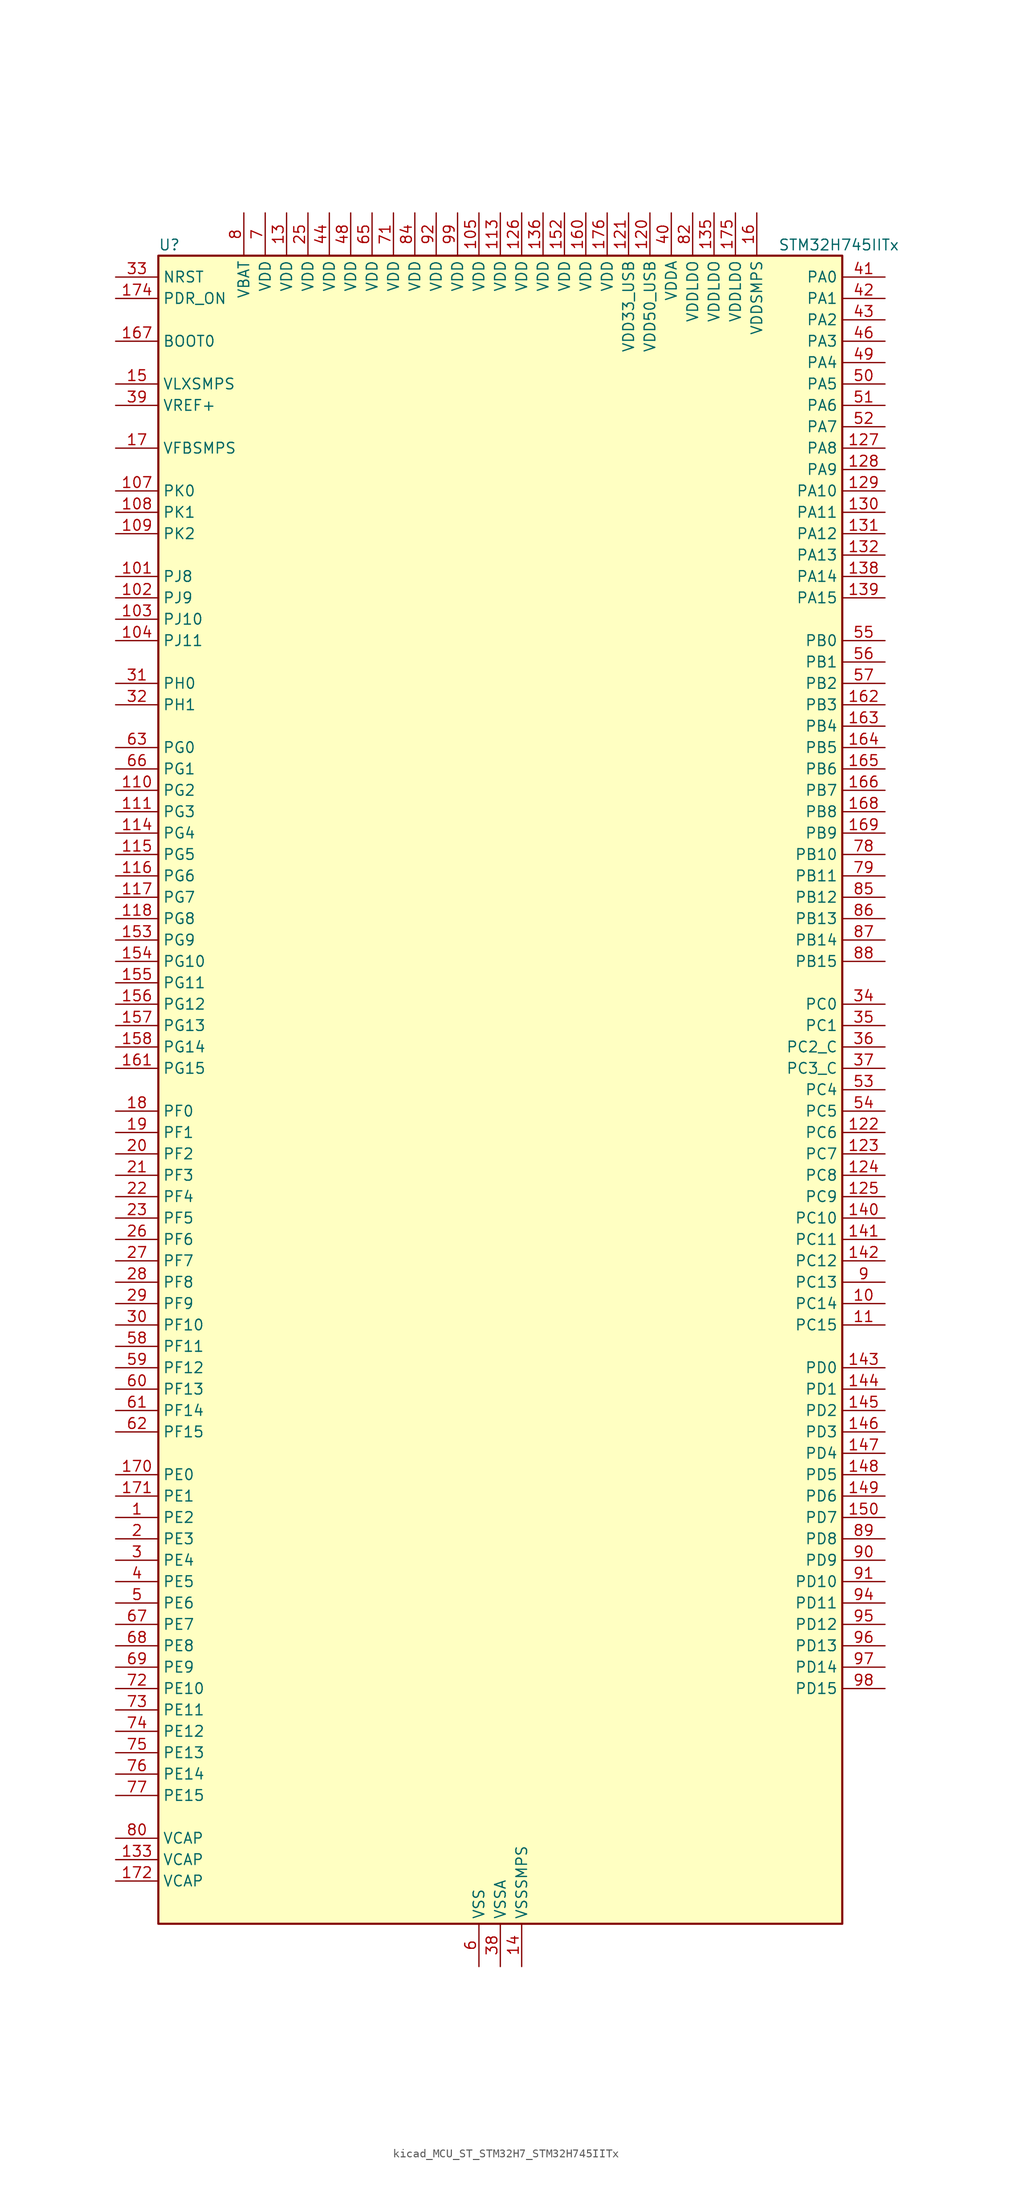
<source format=kicad_sym>
(kicad_symbol_lib
  (version 20220914)
  (generator kicad_symbol_editor)
  (symbol "kicad_MCU_ST_STM32H7_STM32H745IITx"
    (property "Reference" "U"
      (at -40.64 100.33 0)
      (effects (font (size 1.27 1.27)) (justify left)))
    (property "Value" "STM32H745IITx"
      (at 33.02 100.33 0)
      (effects (font (size 1.27 1.27)) (justify left)))
    (property "ki_locked" ""
      (at 0 0 0)
      (effects (font (size 1.27 1.27))))
    (symbol "kicad_MCU_ST_STM32H7_STM32H745IITx_0_1"
      (rectangle (start -40.64 -99.06) (end 40.64 99.06) (stroke (width 0.254) (type default)) (fill (type background))))
    (symbol "kicad_MCU_ST_STM32H7_STM32H745IITx_1_1"
      (pin bidirectional line (at -45.72 -50.8 0) (length 5.08) (name "PE2" (effects (font (size 1.27 1.27)))) (number "1" (effects (font (size 1.27 1.27)))) (alternate "DEBUG_TRACECLK" bidirectional line) (alternate "ETH_TXD3" bidirectional line) (alternate "FMC_A23" bidirectional line) (alternate "QUADSPI_BK1_IO2" bidirectional line) (alternate "SAI1_CK1" bidirectional line) (alternate "SAI1_MCLK_A" bidirectional line) (alternate "SAI4_CK1" bidirectional line) (alternate "SAI4_MCLK_A" bidirectional line) (alternate "SPI4_SCK" bidirectional line))
      (pin bidirectional line (at 45.72 -25.4 180) (length 5.08) (name "PC14" (effects (font (size 1.27 1.27)))) (number "10" (effects (font (size 1.27 1.27)))) (alternate "RCC_OSC32_IN" bidirectional line))
      (pin passive line (at -2.54 -104.14 90) (length 5.08) hide (name "VSS" (effects (font (size 1.27 1.27)))) (number "100" (effects (font (size 1.27 1.27)))))
      (pin bidirectional line (at -45.72 60.96 0) (length 5.08) (name "PJ8" (effects (font (size 1.27 1.27)))) (number "101" (effects (font (size 1.27 1.27)))) (alternate "LTDC_G1" bidirectional line) (alternate "TIM1_CH3N" bidirectional line) (alternate "TIM8_CH1" bidirectional line) (alternate "UART8_TX" bidirectional line))
      (pin bidirectional line (at -45.72 58.42 0) (length 5.08) (name "PJ9" (effects (font (size 1.27 1.27)))) (number "102" (effects (font (size 1.27 1.27)))) (alternate "DAC1_EXTI9" bidirectional line) (alternate "LTDC_G2" bidirectional line) (alternate "TIM1_CH3" bidirectional line) (alternate "TIM8_CH1N" bidirectional line) (alternate "UART8_RX" bidirectional line))
      (pin bidirectional line (at -45.72 55.88 0) (length 5.08) (name "PJ10" (effects (font (size 1.27 1.27)))) (number "103" (effects (font (size 1.27 1.27)))) (alternate "LTDC_G3" bidirectional line) (alternate "SPI5_MOSI" bidirectional line) (alternate "TIM1_CH2N" bidirectional line) (alternate "TIM8_CH2" bidirectional line))
      (pin bidirectional line (at -45.72 53.34 0) (length 5.08) (name "PJ11" (effects (font (size 1.27 1.27)))) (number "104" (effects (font (size 1.27 1.27)))) (alternate "ADC1_EXTI11" bidirectional line) (alternate "ADC2_EXTI11" bidirectional line) (alternate "ADC3_EXTI11" bidirectional line) (alternate "LTDC_G4" bidirectional line) (alternate "SPI5_MISO" bidirectional line) (alternate "TIM1_CH2" bidirectional line) (alternate "TIM8_CH2N" bidirectional line))
      (pin power_in line (at -2.54 104.14 270) (length 5.08) (name "VDD" (effects (font (size 1.27 1.27)))) (number "105" (effects (font (size 1.27 1.27)))))
      (pin passive line (at -2.54 -104.14 90) (length 5.08) hide (name "VSS" (effects (font (size 1.27 1.27)))) (number "106" (effects (font (size 1.27 1.27)))))
      (pin bidirectional line (at -45.72 71.12 0) (length 5.08) (name "PK0" (effects (font (size 1.27 1.27)))) (number "107" (effects (font (size 1.27 1.27)))) (alternate "LTDC_G5" bidirectional line) (alternate "SPI5_SCK" bidirectional line) (alternate "TIM1_CH1N" bidirectional line) (alternate "TIM8_CH3" bidirectional line))
      (pin bidirectional line (at -45.72 68.58 0) (length 5.08) (name "PK1" (effects (font (size 1.27 1.27)))) (number "108" (effects (font (size 1.27 1.27)))) (alternate "LTDC_G6" bidirectional line) (alternate "SPI5_NSS" bidirectional line) (alternate "TIM1_CH1" bidirectional line) (alternate "TIM8_CH3N" bidirectional line))
      (pin bidirectional line (at -45.72 66.04 0) (length 5.08) (name "PK2" (effects (font (size 1.27 1.27)))) (number "109" (effects (font (size 1.27 1.27)))) (alternate "LTDC_G7" bidirectional line) (alternate "TIM1_BKIN" bidirectional line) (alternate "TIM1_BKIN_COMP1" bidirectional line) (alternate "TIM1_BKIN_COMP2" bidirectional line) (alternate "TIM8_BKIN" bidirectional line) (alternate "TIM8_BKIN_COMP1" bidirectional line) (alternate "TIM8_BKIN_COMP2" bidirectional line))
      (pin bidirectional line (at 45.72 -27.94 180) (length 5.08) (name "PC15" (effects (font (size 1.27 1.27)))) (number "11" (effects (font (size 1.27 1.27)))) (alternate "ADC1_EXTI15" bidirectional line) (alternate "ADC2_EXTI15" bidirectional line) (alternate "ADC3_EXTI15" bidirectional line) (alternate "RCC_OSC32_OUT" bidirectional line))
      (pin bidirectional line (at -45.72 35.56 0) (length 5.08) (name "PG2" (effects (font (size 1.27 1.27)))) (number "110" (effects (font (size 1.27 1.27)))) (alternate "FMC_A12" bidirectional line) (alternate "TIM8_BKIN" bidirectional line) (alternate "TIM8_BKIN_COMP1" bidirectional line) (alternate "TIM8_BKIN_COMP2" bidirectional line))
      (pin bidirectional line (at -45.72 33.02 0) (length 5.08) (name "PG3" (effects (font (size 1.27 1.27)))) (number "111" (effects (font (size 1.27 1.27)))) (alternate "FMC_A13" bidirectional line) (alternate "TIM8_BKIN2" bidirectional line) (alternate "TIM8_BKIN2_COMP1" bidirectional line) (alternate "TIM8_BKIN2_COMP2" bidirectional line))
      (pin passive line (at -2.54 -104.14 90) (length 5.08) hide (name "VSS" (effects (font (size 1.27 1.27)))) (number "112" (effects (font (size 1.27 1.27)))))
      (pin power_in line (at 0 104.14 270) (length 5.08) (name "VDD" (effects (font (size 1.27 1.27)))) (number "113" (effects (font (size 1.27 1.27)))))
      (pin bidirectional line (at -45.72 30.48 0) (length 5.08) (name "PG4" (effects (font (size 1.27 1.27)))) (number "114" (effects (font (size 1.27 1.27)))) (alternate "FMC_A14" bidirectional line) (alternate "FMC_BA0" bidirectional line) (alternate "TIM1_BKIN2" bidirectional line) (alternate "TIM1_BKIN2_COMP1" bidirectional line) (alternate "TIM1_BKIN2_COMP2" bidirectional line))
      (pin bidirectional line (at -45.72 27.94 0) (length 5.08) (name "PG5" (effects (font (size 1.27 1.27)))) (number "115" (effects (font (size 1.27 1.27)))) (alternate "FMC_A15" bidirectional line) (alternate "FMC_BA1" bidirectional line) (alternate "TIM1_ETR" bidirectional line))
      (pin bidirectional line (at -45.72 25.4 0) (length 5.08) (name "PG6" (effects (font (size 1.27 1.27)))) (number "116" (effects (font (size 1.27 1.27)))) (alternate "DCMI_D12" bidirectional line) (alternate "FMC_NE3" bidirectional line) (alternate "HRTIM_CHE1" bidirectional line) (alternate "LTDC_R7" bidirectional line) (alternate "QUADSPI_BK1_NCS" bidirectional line) (alternate "TIM17_BKIN" bidirectional line))
      (pin bidirectional line (at -45.72 22.86 0) (length 5.08) (name "PG7" (effects (font (size 1.27 1.27)))) (number "117" (effects (font (size 1.27 1.27)))) (alternate "DCMI_D13" bidirectional line) (alternate "FMC_INT" bidirectional line) (alternate "HRTIM_CHE2" bidirectional line) (alternate "LTDC_CLK" bidirectional line) (alternate "SAI1_MCLK_A" bidirectional line) (alternate "USART6_CK" bidirectional line))
      (pin bidirectional line (at -45.72 20.32 0) (length 5.08) (name "PG8" (effects (font (size 1.27 1.27)))) (number "118" (effects (font (size 1.27 1.27)))) (alternate "ETH_PPS_OUT" bidirectional line) (alternate "FMC_SDCLK" bidirectional line) (alternate "LTDC_G7" bidirectional line) (alternate "SPDIFRX1_IN2" bidirectional line) (alternate "SPI6_NSS" bidirectional line) (alternate "TIM8_ETR" bidirectional line) (alternate "USART6_DE" bidirectional line) (alternate "USART6_RTS" bidirectional line))
      (pin passive line (at -2.54 -104.14 90) (length 5.08) hide (name "VSS" (effects (font (size 1.27 1.27)))) (number "119" (effects (font (size 1.27 1.27)))))
      (pin passive line (at -2.54 -104.14 90) (length 5.08) hide (name "VSS" (effects (font (size 1.27 1.27)))) (number "12" (effects (font (size 1.27 1.27)))))
      (pin power_in line (at 17.78 104.14 270) (length 5.08) (name "VDD50_USB" (effects (font (size 1.27 1.27)))) (number "120" (effects (font (size 1.27 1.27)))))
      (pin power_in line (at 15.24 104.14 270) (length 5.08) (name "VDD33_USB" (effects (font (size 1.27 1.27)))) (number "121" (effects (font (size 1.27 1.27)))))
      (pin bidirectional line (at 45.72 -5.08 180) (length 5.08) (name "PC6" (effects (font (size 1.27 1.27)))) (number "122" (effects (font (size 1.27 1.27)))) (alternate "DCMI_D0" bidirectional line) (alternate "DFSDM1_CKIN3" bidirectional line) (alternate "FMC_NWAIT" bidirectional line) (alternate "HRTIM_CHA1" bidirectional line) (alternate "I2S2_MCK" bidirectional line) (alternate "LTDC_HSYNC" bidirectional line) (alternate "SDMMC1_D0DIR" bidirectional line) (alternate "SDMMC1_D6" bidirectional line) (alternate "SDMMC2_D6" bidirectional line) (alternate "SWPMI1_IO" bidirectional line) (alternate "TIM3_CH1" bidirectional line) (alternate "TIM8_CH1" bidirectional line) (alternate "USART6_TX" bidirectional line))
      (pin bidirectional line (at 45.72 -7.62 180) (length 5.08) (name "PC7" (effects (font (size 1.27 1.27)))) (number "123" (effects (font (size 1.27 1.27)))) (alternate "DCMI_D1" bidirectional line) (alternate "DEBUG_TRGIO" bidirectional line) (alternate "DFSDM1_DATIN3" bidirectional line) (alternate "FMC_NE1" bidirectional line) (alternate "HRTIM_CHA2" bidirectional line) (alternate "I2S3_MCK" bidirectional line) (alternate "LTDC_G6" bidirectional line) (alternate "SDMMC1_D123DIR" bidirectional line) (alternate "SDMMC1_D7" bidirectional line) (alternate "SDMMC2_D7" bidirectional line) (alternate "SWPMI1_TX" bidirectional line) (alternate "TIM3_CH2" bidirectional line) (alternate "TIM8_CH2" bidirectional line) (alternate "USART6_RX" bidirectional line))
      (pin bidirectional line (at 45.72 -10.16 180) (length 5.08) (name "PC8" (effects (font (size 1.27 1.27)))) (number "124" (effects (font (size 1.27 1.27)))) (alternate "DCMI_D2" bidirectional line) (alternate "DEBUG_TRACED1" bidirectional line) (alternate "FMC_NCE" bidirectional line) (alternate "FMC_NE2" bidirectional line) (alternate "HRTIM_CHB1" bidirectional line) (alternate "SDMMC1_D0" bidirectional line) (alternate "SWPMI1_RX" bidirectional line) (alternate "TIM3_CH3" bidirectional line) (alternate "TIM8_CH3" bidirectional line) (alternate "UART5_DE" bidirectional line) (alternate "UART5_RTS" bidirectional line) (alternate "USART6_CK" bidirectional line))
      (pin bidirectional line (at 45.72 -12.7 180) (length 5.08) (name "PC9" (effects (font (size 1.27 1.27)))) (number "125" (effects (font (size 1.27 1.27)))) (alternate "DAC1_EXTI9" bidirectional line) (alternate "DCMI_D3" bidirectional line) (alternate "I2C3_SDA" bidirectional line) (alternate "I2S_CKIN" bidirectional line) (alternate "LTDC_B2" bidirectional line) (alternate "LTDC_G3" bidirectional line) (alternate "QUADSPI_BK1_IO0" bidirectional line) (alternate "RCC_MCO_2" bidirectional line) (alternate "SDMMC1_D1" bidirectional line) (alternate "SWPMI1_SUSPEND" bidirectional line) (alternate "TIM3_CH4" bidirectional line) (alternate "TIM8_CH4" bidirectional line) (alternate "UART5_CTS" bidirectional line))
      (pin power_in line (at 2.54 104.14 270) (length 5.08) (name "VDD" (effects (font (size 1.27 1.27)))) (number "126" (effects (font (size 1.27 1.27)))))
      (pin bidirectional line (at 45.72 76.2 180) (length 5.08) (name "PA8" (effects (font (size 1.27 1.27)))) (number "127" (effects (font (size 1.27 1.27)))) (alternate "HRTIM_CHB2" bidirectional line) (alternate "I2C3_SCL" bidirectional line) (alternate "LTDC_B3" bidirectional line) (alternate "LTDC_R6" bidirectional line) (alternate "RCC_MCO_1" bidirectional line) (alternate "TIM1_CH1" bidirectional line) (alternate "TIM8_BKIN2" bidirectional line) (alternate "TIM8_BKIN2_COMP1" bidirectional line) (alternate "TIM8_BKIN2_COMP2" bidirectional line) (alternate "UART7_RX" bidirectional line) (alternate "USART1_CK" bidirectional line) (alternate "USB_OTG_FS_SOF" bidirectional line))
      (pin bidirectional line (at 45.72 73.66 180) (length 5.08) (name "PA9" (effects (font (size 1.27 1.27)))) (number "128" (effects (font (size 1.27 1.27)))) (alternate "DAC1_EXTI9" bidirectional line) (alternate "DCMI_D0" bidirectional line) (alternate "HRTIM_CHC1" bidirectional line) (alternate "I2C3_SMBA" bidirectional line) (alternate "I2S2_CK" bidirectional line) (alternate "LPUART1_TX" bidirectional line) (alternate "LTDC_R5" bidirectional line) (alternate "SPI2_SCK" bidirectional line) (alternate "TIM1_CH2" bidirectional line) (alternate "USART1_TX" bidirectional line) (alternate "USB_OTG_FS_VBUS" bidirectional line))
      (pin bidirectional line (at 45.72 71.12 180) (length 5.08) (name "PA10" (effects (font (size 1.27 1.27)))) (number "129" (effects (font (size 1.27 1.27)))) (alternate "DCMI_D1" bidirectional line) (alternate "HRTIM_CHC2" bidirectional line) (alternate "LPUART1_RX" bidirectional line) (alternate "LTDC_B1" bidirectional line) (alternate "LTDC_B4" bidirectional line) (alternate "MDIOS_MDIO" bidirectional line) (alternate "TIM1_CH3" bidirectional line) (alternate "USART1_RX" bidirectional line) (alternate "USB_OTG_FS_ID" bidirectional line))
      (pin power_in line (at -25.4 104.14 270) (length 5.08) (name "VDD" (effects (font (size 1.27 1.27)))) (number "13" (effects (font (size 1.27 1.27)))))
      (pin bidirectional line (at 45.72 68.58 180) (length 5.08) (name "PA11" (effects (font (size 1.27 1.27)))) (number "130" (effects (font (size 1.27 1.27)))) (alternate "ADC1_EXTI11" bidirectional line) (alternate "ADC2_EXTI11" bidirectional line) (alternate "ADC3_EXTI11" bidirectional line) (alternate "FDCAN1_RX" bidirectional line) (alternate "HRTIM_CHD1" bidirectional line) (alternate "I2S2_WS" bidirectional line) (alternate "LPUART1_CTS" bidirectional line) (alternate "LTDC_R4" bidirectional line) (alternate "SPI2_NSS" bidirectional line) (alternate "TIM1_CH4" bidirectional line) (alternate "UART4_RX" bidirectional line) (alternate "USART1_CTS" bidirectional line) (alternate "USART1_NSS" bidirectional line) (alternate "USB_OTG_FS_DM" bidirectional line))
      (pin bidirectional line (at 45.72 66.04 180) (length 5.08) (name "PA12" (effects (font (size 1.27 1.27)))) (number "131" (effects (font (size 1.27 1.27)))) (alternate "FDCAN1_TX" bidirectional line) (alternate "HRTIM_CHD2" bidirectional line) (alternate "I2S2_CK" bidirectional line) (alternate "LPUART1_DE" bidirectional line) (alternate "LPUART1_RTS" bidirectional line) (alternate "LTDC_R5" bidirectional line) (alternate "SAI2_FS_B" bidirectional line) (alternate "SPI2_SCK" bidirectional line) (alternate "TIM1_ETR" bidirectional line) (alternate "UART4_TX" bidirectional line) (alternate "USART1_DE" bidirectional line) (alternate "USART1_RTS" bidirectional line) (alternate "USB_OTG_FS_DP" bidirectional line))
      (pin bidirectional line (at 45.72 63.5 180) (length 5.08) (name "PA13" (effects (font (size 1.27 1.27)))) (number "132" (effects (font (size 1.27 1.27)))) (alternate "DEBUG_JTMS-SWDIO" bidirectional line))
      (pin power_out line (at -45.72 -91.44 0) (length 5.08) (name "VCAP" (effects (font (size 1.27 1.27)))) (number "133" (effects (font (size 1.27 1.27)))))
      (pin passive line (at -2.54 -104.14 90) (length 5.08) hide (name "VSS" (effects (font (size 1.27 1.27)))) (number "134" (effects (font (size 1.27 1.27)))))
      (pin power_in line (at 25.4 104.14 270) (length 5.08) (name "VDDLDO" (effects (font (size 1.27 1.27)))) (number "135" (effects (font (size 1.27 1.27)))))
      (pin power_in line (at 5.08 104.14 270) (length 5.08) (name "VDD" (effects (font (size 1.27 1.27)))) (number "136" (effects (font (size 1.27 1.27)))))
      (pin passive line (at -2.54 -104.14 90) (length 5.08) hide (name "VSS" (effects (font (size 1.27 1.27)))) (number "137" (effects (font (size 1.27 1.27)))))
      (pin bidirectional line (at 45.72 60.96 180) (length 5.08) (name "PA14" (effects (font (size 1.27 1.27)))) (number "138" (effects (font (size 1.27 1.27)))) (alternate "DEBUG_JTCK-SWCLK" bidirectional line))
      (pin bidirectional line (at 45.72 58.42 180) (length 5.08) (name "PA15" (effects (font (size 1.27 1.27)))) (number "139" (effects (font (size 1.27 1.27)))) (alternate "ADC1_EXTI15" bidirectional line) (alternate "ADC2_EXTI15" bidirectional line) (alternate "ADC3_EXTI15" bidirectional line) (alternate "CEC" bidirectional line) (alternate "DEBUG_JTDI" bidirectional line) (alternate "HRTIM_FLT1" bidirectional line) (alternate "I2S1_WS" bidirectional line) (alternate "I2S3_WS" bidirectional line) (alternate "SPI1_NSS" bidirectional line) (alternate "SPI3_NSS" bidirectional line) (alternate "SPI6_NSS" bidirectional line) (alternate "TIM2_CH1" bidirectional line) (alternate "TIM2_ETR" bidirectional line) (alternate "UART4_DE" bidirectional line) (alternate "UART4_RTS" bidirectional line) (alternate "UART7_TX" bidirectional line))
      (pin power_in line (at 2.54 -104.14 90) (length 5.08) (name "VSSSMPS" (effects (font (size 1.27 1.27)))) (number "14" (effects (font (size 1.27 1.27)))))
      (pin bidirectional line (at 45.72 -15.24 180) (length 5.08) (name "PC10" (effects (font (size 1.27 1.27)))) (number "140" (effects (font (size 1.27 1.27)))) (alternate "DCMI_D8" bidirectional line) (alternate "DFSDM1_CKIN5" bidirectional line) (alternate "HRTIM_EEV1" bidirectional line) (alternate "I2S3_CK" bidirectional line) (alternate "LTDC_R2" bidirectional line) (alternate "QUADSPI_BK1_IO1" bidirectional line) (alternate "SDMMC1_D2" bidirectional line) (alternate "SPI3_SCK" bidirectional line) (alternate "UART4_TX" bidirectional line) (alternate "USART3_TX" bidirectional line))
      (pin bidirectional line (at 45.72 -17.78 180) (length 5.08) (name "PC11" (effects (font (size 1.27 1.27)))) (number "141" (effects (font (size 1.27 1.27)))) (alternate "ADC1_EXTI11" bidirectional line) (alternate "ADC2_EXTI11" bidirectional line) (alternate "ADC3_EXTI11" bidirectional line) (alternate "DCMI_D4" bidirectional line) (alternate "DFSDM1_DATIN5" bidirectional line) (alternate "HRTIM_FLT2" bidirectional line) (alternate "I2S3_SDI" bidirectional line) (alternate "QUADSPI_BK2_NCS" bidirectional line) (alternate "SDMMC1_D3" bidirectional line) (alternate "SPI3_MISO" bidirectional line) (alternate "UART4_RX" bidirectional line) (alternate "USART3_RX" bidirectional line))
      (pin bidirectional line (at 45.72 -20.32 180) (length 5.08) (name "PC12" (effects (font (size 1.27 1.27)))) (number "142" (effects (font (size 1.27 1.27)))) (alternate "DCMI_D9" bidirectional line) (alternate "DEBUG_TRACED3" bidirectional line) (alternate "HRTIM_EEV2" bidirectional line) (alternate "I2S3_SDO" bidirectional line) (alternate "SDMMC1_CK" bidirectional line) (alternate "SPI3_MOSI" bidirectional line) (alternate "UART5_TX" bidirectional line) (alternate "USART3_CK" bidirectional line))
      (pin bidirectional line (at 45.72 -33.02 180) (length 5.08) (name "PD0" (effects (font (size 1.27 1.27)))) (number "143" (effects (font (size 1.27 1.27)))) (alternate "DFSDM1_CKIN6" bidirectional line) (alternate "FDCAN1_RX" bidirectional line) (alternate "FMC_D2" bidirectional line) (alternate "FMC_DA2" bidirectional line) (alternate "SAI3_SCK_A" bidirectional line) (alternate "UART4_RX" bidirectional line))
      (pin bidirectional line (at 45.72 -35.56 180) (length 5.08) (name "PD1" (effects (font (size 1.27 1.27)))) (number "144" (effects (font (size 1.27 1.27)))) (alternate "DFSDM1_DATIN6" bidirectional line) (alternate "FDCAN1_TX" bidirectional line) (alternate "FMC_D3" bidirectional line) (alternate "FMC_DA3" bidirectional line) (alternate "SAI3_SD_A" bidirectional line) (alternate "UART4_TX" bidirectional line))
      (pin bidirectional line (at 45.72 -38.1 180) (length 5.08) (name "PD2" (effects (font (size 1.27 1.27)))) (number "145" (effects (font (size 1.27 1.27)))) (alternate "DCMI_D11" bidirectional line) (alternate "DEBUG_TRACED2" bidirectional line) (alternate "SDMMC1_CMD" bidirectional line) (alternate "TIM3_ETR" bidirectional line) (alternate "UART5_RX" bidirectional line))
      (pin bidirectional line (at 45.72 -40.64 180) (length 5.08) (name "PD3" (effects (font (size 1.27 1.27)))) (number "146" (effects (font (size 1.27 1.27)))) (alternate "DCMI_D5" bidirectional line) (alternate "DFSDM1_CKOUT" bidirectional line) (alternate "FMC_CLK" bidirectional line) (alternate "I2S2_CK" bidirectional line) (alternate "LTDC_G7" bidirectional line) (alternate "SPI2_SCK" bidirectional line) (alternate "USART2_CTS" bidirectional line) (alternate "USART2_NSS" bidirectional line))
      (pin bidirectional line (at 45.72 -43.18 180) (length 5.08) (name "PD4" (effects (font (size 1.27 1.27)))) (number "147" (effects (font (size 1.27 1.27)))) (alternate "FMC_NOE" bidirectional line) (alternate "HRTIM_FLT3" bidirectional line) (alternate "SAI3_FS_A" bidirectional line) (alternate "USART2_DE" bidirectional line) (alternate "USART2_RTS" bidirectional line))
      (pin bidirectional line (at 45.72 -45.72 180) (length 5.08) (name "PD5" (effects (font (size 1.27 1.27)))) (number "148" (effects (font (size 1.27 1.27)))) (alternate "FMC_NWE" bidirectional line) (alternate "HRTIM_EEV3" bidirectional line) (alternate "USART2_TX" bidirectional line))
      (pin bidirectional line (at 45.72 -48.26 180) (length 5.08) (name "PD6" (effects (font (size 1.27 1.27)))) (number "149" (effects (font (size 1.27 1.27)))) (alternate "DCMI_D10" bidirectional line) (alternate "DFSDM1_CKIN4" bidirectional line) (alternate "DFSDM1_DATIN1" bidirectional line) (alternate "FMC_NWAIT" bidirectional line) (alternate "I2S3_SDO" bidirectional line) (alternate "LTDC_B2" bidirectional line) (alternate "SAI1_D1" bidirectional line) (alternate "SAI1_SD_A" bidirectional line) (alternate "SAI4_D1" bidirectional line) (alternate "SAI4_SD_A" bidirectional line) (alternate "SDMMC2_CK" bidirectional line) (alternate "SPI3_MOSI" bidirectional line) (alternate "USART2_RX" bidirectional line))
      (pin power_in line (at -45.72 83.82 0) (length 5.08) (name "VLXSMPS" (effects (font (size 1.27 1.27)))) (number "15" (effects (font (size 1.27 1.27)))))
      (pin bidirectional line (at 45.72 -50.8 180) (length 5.08) (name "PD7" (effects (font (size 1.27 1.27)))) (number "150" (effects (font (size 1.27 1.27)))) (alternate "DFSDM1_CKIN1" bidirectional line) (alternate "DFSDM1_DATIN4" bidirectional line) (alternate "FMC_NE1" bidirectional line) (alternate "I2S1_SDO" bidirectional line) (alternate "SDMMC2_CMD" bidirectional line) (alternate "SPDIFRX1_IN0" bidirectional line) (alternate "SPI1_MOSI" bidirectional line) (alternate "USART2_CK" bidirectional line))
      (pin passive line (at -2.54 -104.14 90) (length 5.08) hide (name "VSS" (effects (font (size 1.27 1.27)))) (number "151" (effects (font (size 1.27 1.27)))))
      (pin power_in line (at 7.62 104.14 270) (length 5.08) (name "VDD" (effects (font (size 1.27 1.27)))) (number "152" (effects (font (size 1.27 1.27)))))
      (pin bidirectional line (at -45.72 17.78 0) (length 5.08) (name "PG9" (effects (font (size 1.27 1.27)))) (number "153" (effects (font (size 1.27 1.27)))) (alternate "DAC1_EXTI9" bidirectional line) (alternate "DCMI_VSYNC" bidirectional line) (alternate "FMC_NCE" bidirectional line) (alternate "FMC_NE2" bidirectional line) (alternate "I2S1_SDI" bidirectional line) (alternate "QUADSPI_BK2_IO2" bidirectional line) (alternate "SAI2_FS_B" bidirectional line) (alternate "SPDIFRX1_IN3" bidirectional line) (alternate "SPI1_MISO" bidirectional line) (alternate "USART6_RX" bidirectional line))
      (pin bidirectional line (at -45.72 15.24 0) (length 5.08) (name "PG10" (effects (font (size 1.27 1.27)))) (number "154" (effects (font (size 1.27 1.27)))) (alternate "DCMI_D2" bidirectional line) (alternate "FMC_NE3" bidirectional line) (alternate "HRTIM_FLT5" bidirectional line) (alternate "I2S1_WS" bidirectional line) (alternate "LTDC_B2" bidirectional line) (alternate "LTDC_G3" bidirectional line) (alternate "SAI2_SD_B" bidirectional line) (alternate "SPI1_NSS" bidirectional line))
      (pin bidirectional line (at -45.72 12.7 0) (length 5.08) (name "PG11" (effects (font (size 1.27 1.27)))) (number "155" (effects (font (size 1.27 1.27)))) (alternate "ADC1_EXTI11" bidirectional line) (alternate "ADC2_EXTI11" bidirectional line) (alternate "ADC3_EXTI11" bidirectional line) (alternate "DCMI_D3" bidirectional line) (alternate "ETH_TX_EN" bidirectional line) (alternate "HRTIM_EEV4" bidirectional line) (alternate "I2S1_CK" bidirectional line) (alternate "LPTIM1_IN2" bidirectional line) (alternate "LTDC_B3" bidirectional line) (alternate "SDMMC2_D2" bidirectional line) (alternate "SPDIFRX1_IN0" bidirectional line) (alternate "SPI1_SCK" bidirectional line))
      (pin bidirectional line (at -45.72 10.16 0) (length 5.08) (name "PG12" (effects (font (size 1.27 1.27)))) (number "156" (effects (font (size 1.27 1.27)))) (alternate "ETH_TXD1" bidirectional line) (alternate "FMC_NE4" bidirectional line) (alternate "HRTIM_EEV5" bidirectional line) (alternate "LPTIM1_IN1" bidirectional line) (alternate "LTDC_B1" bidirectional line) (alternate "LTDC_B4" bidirectional line) (alternate "SPDIFRX1_IN1" bidirectional line) (alternate "SPI6_MISO" bidirectional line) (alternate "USART6_DE" bidirectional line) (alternate "USART6_RTS" bidirectional line))
      (pin bidirectional line (at -45.72 7.62 0) (length 5.08) (name "PG13" (effects (font (size 1.27 1.27)))) (number "157" (effects (font (size 1.27 1.27)))) (alternate "DEBUG_TRACED0" bidirectional line) (alternate "ETH_TXD0" bidirectional line) (alternate "FMC_A24" bidirectional line) (alternate "HRTIM_EEV10" bidirectional line) (alternate "LPTIM1_OUT" bidirectional line) (alternate "LTDC_R0" bidirectional line) (alternate "SPI6_SCK" bidirectional line) (alternate "USART6_CTS" bidirectional line) (alternate "USART6_NSS" bidirectional line))
      (pin bidirectional line (at -45.72 5.08 0) (length 5.08) (name "PG14" (effects (font (size 1.27 1.27)))) (number "158" (effects (font (size 1.27 1.27)))) (alternate "DEBUG_TRACED1" bidirectional line) (alternate "ETH_TXD1" bidirectional line) (alternate "FMC_A25" bidirectional line) (alternate "LPTIM1_ETR" bidirectional line) (alternate "LTDC_B0" bidirectional line) (alternate "QUADSPI_BK2_IO3" bidirectional line) (alternate "SPI6_MOSI" bidirectional line) (alternate "USART6_TX" bidirectional line))
      (pin passive line (at -2.54 -104.14 90) (length 5.08) hide (name "VSS" (effects (font (size 1.27 1.27)))) (number "159" (effects (font (size 1.27 1.27)))))
      (pin power_in line (at 30.48 104.14 270) (length 5.08) (name "VDDSMPS" (effects (font (size 1.27 1.27)))) (number "16" (effects (font (size 1.27 1.27)))))
      (pin power_in line (at 10.16 104.14 270) (length 5.08) (name "VDD" (effects (font (size 1.27 1.27)))) (number "160" (effects (font (size 1.27 1.27)))))
      (pin bidirectional line (at -45.72 2.54 0) (length 5.08) (name "PG15" (effects (font (size 1.27 1.27)))) (number "161" (effects (font (size 1.27 1.27)))) (alternate "ADC1_EXTI15" bidirectional line) (alternate "ADC2_EXTI15" bidirectional line) (alternate "ADC3_EXTI15" bidirectional line) (alternate "DCMI_D13" bidirectional line) (alternate "FMC_SDNCAS" bidirectional line) (alternate "USART6_CTS" bidirectional line) (alternate "USART6_NSS" bidirectional line))
      (pin bidirectional line (at 45.72 45.72 180) (length 5.08) (name "PB3" (effects (font (size 1.27 1.27)))) (number "162" (effects (font (size 1.27 1.27)))) (alternate "CRS_SYNC" bidirectional line) (alternate "DEBUG_JTDO-SWO" bidirectional line) (alternate "HRTIM_FLT4" bidirectional line) (alternate "I2S1_CK" bidirectional line) (alternate "I2S3_CK" bidirectional line) (alternate "SDMMC2_D2" bidirectional line) (alternate "SPI1_SCK" bidirectional line) (alternate "SPI3_SCK" bidirectional line) (alternate "SPI6_SCK" bidirectional line) (alternate "TIM2_CH2" bidirectional line) (alternate "UART7_RX" bidirectional line))
      (pin bidirectional line (at 45.72 43.18 180) (length 5.08) (name "PB4" (effects (font (size 1.27 1.27)))) (number "163" (effects (font (size 1.27 1.27)))) (alternate "DEBUG_JTRST" bidirectional line) (alternate "HRTIM_EEV6" bidirectional line) (alternate "I2S1_SDI" bidirectional line) (alternate "I2S2_WS" bidirectional line) (alternate "I2S3_SDI" bidirectional line) (alternate "SDMMC2_D3" bidirectional line) (alternate "SPI1_MISO" bidirectional line) (alternate "SPI2_NSS" bidirectional line) (alternate "SPI3_MISO" bidirectional line) (alternate "SPI6_MISO" bidirectional line) (alternate "TIM16_BKIN" bidirectional line) (alternate "TIM3_CH1" bidirectional line) (alternate "UART7_TX" bidirectional line))
      (pin bidirectional line (at 45.72 40.64 180) (length 5.08) (name "PB5" (effects (font (size 1.27 1.27)))) (number "164" (effects (font (size 1.27 1.27)))) (alternate "DCMI_D10" bidirectional line) (alternate "ETH_PPS_OUT" bidirectional line) (alternate "FDCAN2_RX" bidirectional line) (alternate "FMC_SDCKE1" bidirectional line) (alternate "HRTIM_EEV7" bidirectional line) (alternate "I2C1_SMBA" bidirectional line) (alternate "I2C4_SMBA" bidirectional line) (alternate "I2S1_SDO" bidirectional line) (alternate "I2S3_SDO" bidirectional line) (alternate "SPI1_MOSI" bidirectional line) (alternate "SPI3_MOSI" bidirectional line) (alternate "SPI6_MOSI" bidirectional line) (alternate "TIM17_BKIN" bidirectional line) (alternate "TIM3_CH2" bidirectional line) (alternate "UART5_RX" bidirectional line) (alternate "USB_OTG_HS_ULPI_D7" bidirectional line))
      (pin bidirectional line (at 45.72 38.1 180) (length 5.08) (name "PB6" (effects (font (size 1.27 1.27)))) (number "165" (effects (font (size 1.27 1.27)))) (alternate "CEC" bidirectional line) (alternate "DCMI_D5" bidirectional line) (alternate "DFSDM1_DATIN5" bidirectional line) (alternate "FDCAN2_TX" bidirectional line) (alternate "FMC_SDNE1" bidirectional line) (alternate "HRTIM_EEV8" bidirectional line) (alternate "I2C1_SCL" bidirectional line) (alternate "I2C4_SCL" bidirectional line) (alternate "LPUART1_TX" bidirectional line) (alternate "QUADSPI_BK1_NCS" bidirectional line) (alternate "TIM16_CH1N" bidirectional line) (alternate "TIM4_CH1" bidirectional line) (alternate "UART5_TX" bidirectional line) (alternate "USART1_TX" bidirectional line))
      (pin bidirectional line (at 45.72 35.56 180) (length 5.08) (name "PB7" (effects (font (size 1.27 1.27)))) (number "166" (effects (font (size 1.27 1.27)))) (alternate "DCMI_VSYNC" bidirectional line) (alternate "DFSDM1_CKIN5" bidirectional line) (alternate "FMC_NL" bidirectional line) (alternate "HRTIM_EEV9" bidirectional line) (alternate "I2C1_SDA" bidirectional line) (alternate "I2C4_SDA" bidirectional line) (alternate "LPUART1_RX" bidirectional line) (alternate "PWR_PVD_IN" bidirectional line) (alternate "TIM17_CH1N" bidirectional line) (alternate "TIM4_CH2" bidirectional line) (alternate "USART1_RX" bidirectional line))
      (pin input line (at -45.72 88.9 0) (length 5.08) (name "BOOT0" (effects (font (size 1.27 1.27)))) (number "167" (effects (font (size 1.27 1.27)))))
      (pin bidirectional line (at 45.72 33.02 180) (length 5.08) (name "PB8" (effects (font (size 1.27 1.27)))) (number "168" (effects (font (size 1.27 1.27)))) (alternate "DCMI_D6" bidirectional line) (alternate "DFSDM1_CKIN7" bidirectional line) (alternate "ETH_TXD3" bidirectional line) (alternate "FDCAN1_RX" bidirectional line) (alternate "I2C1_SCL" bidirectional line) (alternate "I2C4_SCL" bidirectional line) (alternate "LTDC_B6" bidirectional line) (alternate "SDMMC1_CKIN" bidirectional line) (alternate "SDMMC1_D4" bidirectional line) (alternate "SDMMC2_D4" bidirectional line) (alternate "TIM16_CH1" bidirectional line) (alternate "TIM4_CH3" bidirectional line) (alternate "UART4_RX" bidirectional line))
      (pin bidirectional line (at 45.72 30.48 180) (length 5.08) (name "PB9" (effects (font (size 1.27 1.27)))) (number "169" (effects (font (size 1.27 1.27)))) (alternate "DAC1_EXTI9" bidirectional line) (alternate "DCMI_D7" bidirectional line) (alternate "DFSDM1_DATIN7" bidirectional line) (alternate "FDCAN1_TX" bidirectional line) (alternate "I2C1_SDA" bidirectional line) (alternate "I2C4_SDA" bidirectional line) (alternate "I2C4_SMBA" bidirectional line) (alternate "I2S2_WS" bidirectional line) (alternate "LTDC_B7" bidirectional line) (alternate "SDMMC1_CDIR" bidirectional line) (alternate "SDMMC1_D5" bidirectional line) (alternate "SDMMC2_D5" bidirectional line) (alternate "SPI2_NSS" bidirectional line) (alternate "TIM17_CH1" bidirectional line) (alternate "TIM4_CH4" bidirectional line) (alternate "UART4_TX" bidirectional line))
      (pin input line (at -45.72 76.2 0) (length 5.08) (name "VFBSMPS" (effects (font (size 1.27 1.27)))) (number "17" (effects (font (size 1.27 1.27)))))
      (pin bidirectional line (at -45.72 -45.72 0) (length 5.08) (name "PE0" (effects (font (size 1.27 1.27)))) (number "170" (effects (font (size 1.27 1.27)))) (alternate "DCMI_D2" bidirectional line) (alternate "FMC_NBL0" bidirectional line) (alternate "HRTIM_SCIN" bidirectional line) (alternate "LPTIM1_ETR" bidirectional line) (alternate "LPTIM2_ETR" bidirectional line) (alternate "SAI2_MCLK_A" bidirectional line) (alternate "TIM4_ETR" bidirectional line) (alternate "UART8_RX" bidirectional line))
      (pin bidirectional line (at -45.72 -48.26 0) (length 5.08) (name "PE1" (effects (font (size 1.27 1.27)))) (number "171" (effects (font (size 1.27 1.27)))) (alternate "DCMI_D3" bidirectional line) (alternate "FMC_NBL1" bidirectional line) (alternate "HRTIM_SCOUT" bidirectional line) (alternate "LPTIM1_IN2" bidirectional line) (alternate "UART8_TX" bidirectional line))
      (pin power_out line (at -45.72 -93.98 0) (length 5.08) (name "VCAP" (effects (font (size 1.27 1.27)))) (number "172" (effects (font (size 1.27 1.27)))))
      (pin passive line (at -2.54 -104.14 90) (length 5.08) hide (name "VSS" (effects (font (size 1.27 1.27)))) (number "173" (effects (font (size 1.27 1.27)))))
      (pin input line (at -45.72 93.98 0) (length 5.08) (name "PDR_ON" (effects (font (size 1.27 1.27)))) (number "174" (effects (font (size 1.27 1.27)))))
      (pin power_in line (at 27.94 104.14 270) (length 5.08) (name "VDDLDO" (effects (font (size 1.27 1.27)))) (number "175" (effects (font (size 1.27 1.27)))))
      (pin power_in line (at 12.7 104.14 270) (length 5.08) (name "VDD" (effects (font (size 1.27 1.27)))) (number "176" (effects (font (size 1.27 1.27)))))
      (pin bidirectional line (at -45.72 -2.54 0) (length 5.08) (name "PF0" (effects (font (size 1.27 1.27)))) (number "18" (effects (font (size 1.27 1.27)))) (alternate "FMC_A0" bidirectional line) (alternate "I2C2_SDA" bidirectional line))
      (pin bidirectional line (at -45.72 -5.08 0) (length 5.08) (name "PF1" (effects (font (size 1.27 1.27)))) (number "19" (effects (font (size 1.27 1.27)))) (alternate "FMC_A1" bidirectional line) (alternate "I2C2_SCL" bidirectional line))
      (pin bidirectional line (at -45.72 -53.34 0) (length 5.08) (name "PE3" (effects (font (size 1.27 1.27)))) (number "2" (effects (font (size 1.27 1.27)))) (alternate "DEBUG_TRACED0" bidirectional line) (alternate "FMC_A19" bidirectional line) (alternate "SAI1_SD_B" bidirectional line) (alternate "SAI4_SD_B" bidirectional line) (alternate "TIM15_BKIN" bidirectional line))
      (pin bidirectional line (at -45.72 -7.62 0) (length 5.08) (name "PF2" (effects (font (size 1.27 1.27)))) (number "20" (effects (font (size 1.27 1.27)))) (alternate "FMC_A2" bidirectional line) (alternate "I2C2_SMBA" bidirectional line))
      (pin bidirectional line (at -45.72 -10.16 0) (length 5.08) (name "PF3" (effects (font (size 1.27 1.27)))) (number "21" (effects (font (size 1.27 1.27)))) (alternate "ADC3_INP5" bidirectional line) (alternate "FMC_A3" bidirectional line))
      (pin bidirectional line (at -45.72 -12.7 0) (length 5.08) (name "PF4" (effects (font (size 1.27 1.27)))) (number "22" (effects (font (size 1.27 1.27)))) (alternate "ADC3_INN5" bidirectional line) (alternate "ADC3_INP9" bidirectional line) (alternate "FMC_A4" bidirectional line))
      (pin bidirectional line (at -45.72 -15.24 0) (length 5.08) (name "PF5" (effects (font (size 1.27 1.27)))) (number "23" (effects (font (size 1.27 1.27)))) (alternate "ADC3_INP4" bidirectional line) (alternate "FMC_A5" bidirectional line))
      (pin passive line (at -2.54 -104.14 90) (length 5.08) hide (name "VSS" (effects (font (size 1.27 1.27)))) (number "24" (effects (font (size 1.27 1.27)))))
      (pin power_in line (at -22.86 104.14 270) (length 5.08) (name "VDD" (effects (font (size 1.27 1.27)))) (number "25" (effects (font (size 1.27 1.27)))))
      (pin bidirectional line (at -45.72 -17.78 0) (length 5.08) (name "PF6" (effects (font (size 1.27 1.27)))) (number "26" (effects (font (size 1.27 1.27)))) (alternate "ADC3_INN4" bidirectional line) (alternate "ADC3_INP8" bidirectional line) (alternate "QUADSPI_BK1_IO3" bidirectional line) (alternate "SAI1_SD_B" bidirectional line) (alternate "SAI4_SD_B" bidirectional line) (alternate "SPI5_NSS" bidirectional line) (alternate "TIM16_CH1" bidirectional line) (alternate "UART7_RX" bidirectional line))
      (pin bidirectional line (at -45.72 -20.32 0) (length 5.08) (name "PF7" (effects (font (size 1.27 1.27)))) (number "27" (effects (font (size 1.27 1.27)))) (alternate "ADC3_INP3" bidirectional line) (alternate "QUADSPI_BK1_IO2" bidirectional line) (alternate "SAI1_MCLK_B" bidirectional line) (alternate "SAI4_MCLK_B" bidirectional line) (alternate "SPI5_SCK" bidirectional line) (alternate "TIM17_CH1" bidirectional line) (alternate "UART7_TX" bidirectional line))
      (pin bidirectional line (at -45.72 -22.86 0) (length 5.08) (name "PF8" (effects (font (size 1.27 1.27)))) (number "28" (effects (font (size 1.27 1.27)))) (alternate "ADC3_INN3" bidirectional line) (alternate "ADC3_INP7" bidirectional line) (alternate "QUADSPI_BK1_IO0" bidirectional line) (alternate "SAI1_SCK_B" bidirectional line) (alternate "SAI4_SCK_B" bidirectional line) (alternate "SPI5_MISO" bidirectional line) (alternate "TIM13_CH1" bidirectional line) (alternate "TIM16_CH1N" bidirectional line) (alternate "UART7_DE" bidirectional line) (alternate "UART7_RTS" bidirectional line))
      (pin bidirectional line (at -45.72 -25.4 0) (length 5.08) (name "PF9" (effects (font (size 1.27 1.27)))) (number "29" (effects (font (size 1.27 1.27)))) (alternate "ADC3_INP2" bidirectional line) (alternate "DAC1_EXTI9" bidirectional line) (alternate "QUADSPI_BK1_IO1" bidirectional line) (alternate "SAI1_FS_B" bidirectional line) (alternate "SAI4_FS_B" bidirectional line) (alternate "SPI5_MOSI" bidirectional line) (alternate "TIM14_CH1" bidirectional line) (alternate "TIM17_CH1N" bidirectional line) (alternate "UART7_CTS" bidirectional line))
      (pin bidirectional line (at -45.72 -55.88 0) (length 5.08) (name "PE4" (effects (font (size 1.27 1.27)))) (number "3" (effects (font (size 1.27 1.27)))) (alternate "DCMI_D4" bidirectional line) (alternate "DEBUG_TRACED1" bidirectional line) (alternate "DFSDM1_DATIN3" bidirectional line) (alternate "FMC_A20" bidirectional line) (alternate "LTDC_B0" bidirectional line) (alternate "SAI1_D2" bidirectional line) (alternate "SAI1_FS_A" bidirectional line) (alternate "SAI4_D2" bidirectional line) (alternate "SAI4_FS_A" bidirectional line) (alternate "SPI4_NSS" bidirectional line) (alternate "TIM15_CH1N" bidirectional line))
      (pin bidirectional line (at -45.72 -27.94 0) (length 5.08) (name "PF10" (effects (font (size 1.27 1.27)))) (number "30" (effects (font (size 1.27 1.27)))) (alternate "ADC3_INN2" bidirectional line) (alternate "ADC3_INP6" bidirectional line) (alternate "DCMI_D11" bidirectional line) (alternate "LTDC_DE" bidirectional line) (alternate "QUADSPI_CLK" bidirectional line) (alternate "SAI1_D3" bidirectional line) (alternate "SAI4_D3" bidirectional line) (alternate "TIM16_BKIN" bidirectional line))
      (pin bidirectional line (at -45.72 48.26 0) (length 5.08) (name "PH0" (effects (font (size 1.27 1.27)))) (number "31" (effects (font (size 1.27 1.27)))) (alternate "RCC_OSC_IN" bidirectional line))
      (pin bidirectional line (at -45.72 45.72 0) (length 5.08) (name "PH1" (effects (font (size 1.27 1.27)))) (number "32" (effects (font (size 1.27 1.27)))) (alternate "RCC_OSC_OUT" bidirectional line))
      (pin input line (at -45.72 96.52 0) (length 5.08) (name "NRST" (effects (font (size 1.27 1.27)))) (number "33" (effects (font (size 1.27 1.27)))))
      (pin bidirectional line (at 45.72 10.16 180) (length 5.08) (name "PC0" (effects (font (size 1.27 1.27)))) (number "34" (effects (font (size 1.27 1.27)))) (alternate "ADC1_INP10" bidirectional line) (alternate "ADC2_INP10" bidirectional line) (alternate "ADC3_INP10" bidirectional line) (alternate "DFSDM1_CKIN0" bidirectional line) (alternate "DFSDM1_DATIN4" bidirectional line) (alternate "FMC_SDNWE" bidirectional line) (alternate "LTDC_R5" bidirectional line) (alternate "SAI2_FS_B" bidirectional line) (alternate "USB_OTG_HS_ULPI_STP" bidirectional line))
      (pin bidirectional line (at 45.72 7.62 180) (length 5.08) (name "PC1" (effects (font (size 1.27 1.27)))) (number "35" (effects (font (size 1.27 1.27)))) (alternate "ADC1_INN10" bidirectional line) (alternate "ADC1_INP11" bidirectional line) (alternate "ADC2_INN10" bidirectional line) (alternate "ADC2_INP11" bidirectional line) (alternate "ADC3_INN10" bidirectional line) (alternate "ADC3_INP11" bidirectional line) (alternate "DEBUG_TRACED0" bidirectional line) (alternate "DFSDM1_CKIN4" bidirectional line) (alternate "DFSDM1_DATIN0" bidirectional line) (alternate "ETH_MDC" bidirectional line) (alternate "I2S2_SDO" bidirectional line) (alternate "MDIOS_MDC" bidirectional line) (alternate "PWR_WKUP5" bidirectional line) (alternate "RTC_TAMP3" bidirectional line) (alternate "SAI1_D1" bidirectional line) (alternate "SAI1_SD_A" bidirectional line) (alternate "SAI4_D1" bidirectional line) (alternate "SAI4_SD_A" bidirectional line) (alternate "SDMMC2_CK" bidirectional line) (alternate "SPI2_MOSI" bidirectional line))
      (pin bidirectional line (at 45.72 5.08 180) (length 5.08) (name "PC2_C" (effects (font (size 1.27 1.27)))) (number "36" (effects (font (size 1.27 1.27)))) (alternate "ADC3_INN1" bidirectional line) (alternate "ADC3_INP0" bidirectional line) (alternate "DFSDM1_CKIN1" bidirectional line) (alternate "DFSDM1_CKOUT" bidirectional line) (alternate "ETH_TXD2" bidirectional line) (alternate "FMC_SDNE0" bidirectional line) (alternate "I2S2_SDI" bidirectional line) (alternate "PWR_CSTOP" bidirectional line) (alternate "SPI2_MISO" bidirectional line) (alternate "USB_OTG_HS_ULPI_DIR" bidirectional line))
      (pin bidirectional line (at 45.72 2.54 180) (length 5.08) (name "PC3_C" (effects (font (size 1.27 1.27)))) (number "37" (effects (font (size 1.27 1.27)))) (alternate "ADC3_INP1" bidirectional line) (alternate "DFSDM1_DATIN1" bidirectional line) (alternate "ETH_TX_CLK" bidirectional line) (alternate "FMC_SDCKE0" bidirectional line) (alternate "I2S2_SDO" bidirectional line) (alternate "PWR_CSLEEP" bidirectional line) (alternate "SPI2_MOSI" bidirectional line) (alternate "USB_OTG_HS_ULPI_NXT" bidirectional line))
      (pin power_in line (at 0 -104.14 90) (length 5.08) (name "VSSA" (effects (font (size 1.27 1.27)))) (number "38" (effects (font (size 1.27 1.27)))))
      (pin input line (at -45.72 81.28 0) (length 5.08) (name "VREF+" (effects (font (size 1.27 1.27)))) (number "39" (effects (font (size 1.27 1.27)))) (alternate "VREFBUF_OUT" bidirectional line))
      (pin bidirectional line (at -45.72 -58.42 0) (length 5.08) (name "PE5" (effects (font (size 1.27 1.27)))) (number "4" (effects (font (size 1.27 1.27)))) (alternate "DCMI_D6" bidirectional line) (alternate "DEBUG_TRACED2" bidirectional line) (alternate "DFSDM1_CKIN3" bidirectional line) (alternate "FMC_A21" bidirectional line) (alternate "LTDC_G0" bidirectional line) (alternate "SAI1_CK2" bidirectional line) (alternate "SAI1_SCK_A" bidirectional line) (alternate "SAI4_CK2" bidirectional line) (alternate "SAI4_SCK_A" bidirectional line) (alternate "SPI4_MISO" bidirectional line) (alternate "TIM15_CH1" bidirectional line))
      (pin power_in line (at 20.32 104.14 270) (length 5.08) (name "VDDA" (effects (font (size 1.27 1.27)))) (number "40" (effects (font (size 1.27 1.27)))))
      (pin bidirectional line (at 45.72 96.52 180) (length 5.08) (name "PA0" (effects (font (size 1.27 1.27)))) (number "41" (effects (font (size 1.27 1.27)))) (alternate "ADC1_INP16" bidirectional line) (alternate "ETH_CRS" bidirectional line) (alternate "PWR_WKUP0" bidirectional line) (alternate "SAI2_SD_B" bidirectional line) (alternate "SDMMC2_CMD" bidirectional line) (alternate "TIM15_BKIN" bidirectional line) (alternate "TIM2_CH1" bidirectional line) (alternate "TIM2_ETR" bidirectional line) (alternate "TIM5_CH1" bidirectional line) (alternate "TIM8_ETR" bidirectional line) (alternate "UART4_TX" bidirectional line) (alternate "USART2_CTS" bidirectional line) (alternate "USART2_NSS" bidirectional line))
      (pin bidirectional line (at 45.72 93.98 180) (length 5.08) (name "PA1" (effects (font (size 1.27 1.27)))) (number "42" (effects (font (size 1.27 1.27)))) (alternate "ADC1_INN16" bidirectional line) (alternate "ADC1_INP17" bidirectional line) (alternate "ETH_REF_CLK" bidirectional line) (alternate "ETH_RX_CLK" bidirectional line) (alternate "LPTIM3_OUT" bidirectional line) (alternate "LTDC_R2" bidirectional line) (alternate "QUADSPI_BK1_IO3" bidirectional line) (alternate "SAI2_MCLK_B" bidirectional line) (alternate "TIM15_CH1N" bidirectional line) (alternate "TIM2_CH2" bidirectional line) (alternate "TIM5_CH2" bidirectional line) (alternate "UART4_RX" bidirectional line) (alternate "USART2_DE" bidirectional line) (alternate "USART2_RTS" bidirectional line))
      (pin bidirectional line (at 45.72 91.44 180) (length 5.08) (name "PA2" (effects (font (size 1.27 1.27)))) (number "43" (effects (font (size 1.27 1.27)))) (alternate "ADC1_INP14" bidirectional line) (alternate "ADC2_INP14" bidirectional line) (alternate "ETH_MDIO" bidirectional line) (alternate "LPTIM4_OUT" bidirectional line) (alternate "LTDC_R1" bidirectional line) (alternate "MDIOS_MDIO" bidirectional line) (alternate "PWR_WKUP1" bidirectional line) (alternate "SAI2_SCK_B" bidirectional line) (alternate "TIM15_CH1" bidirectional line) (alternate "TIM2_CH3" bidirectional line) (alternate "TIM5_CH3" bidirectional line) (alternate "USART2_TX" bidirectional line))
      (pin power_in line (at -20.32 104.14 270) (length 5.08) (name "VDD" (effects (font (size 1.27 1.27)))) (number "44" (effects (font (size 1.27 1.27)))))
      (pin passive line (at -2.54 -104.14 90) (length 5.08) hide (name "VSS" (effects (font (size 1.27 1.27)))) (number "45" (effects (font (size 1.27 1.27)))))
      (pin bidirectional line (at 45.72 88.9 180) (length 5.08) (name "PA3" (effects (font (size 1.27 1.27)))) (number "46" (effects (font (size 1.27 1.27)))) (alternate "ADC1_INP15" bidirectional line) (alternate "ADC2_INP15" bidirectional line) (alternate "ETH_COL" bidirectional line) (alternate "LPTIM5_OUT" bidirectional line) (alternate "LTDC_B2" bidirectional line) (alternate "LTDC_B5" bidirectional line) (alternate "TIM15_CH2" bidirectional line) (alternate "TIM2_CH4" bidirectional line) (alternate "TIM5_CH4" bidirectional line) (alternate "USART2_RX" bidirectional line) (alternate "USB_OTG_HS_ULPI_D0" bidirectional line))
      (pin passive line (at -2.54 -104.14 90) (length 5.08) hide (name "VSS" (effects (font (size 1.27 1.27)))) (number "47" (effects (font (size 1.27 1.27)))))
      (pin power_in line (at -17.78 104.14 270) (length 5.08) (name "VDD" (effects (font (size 1.27 1.27)))) (number "48" (effects (font (size 1.27 1.27)))))
      (pin bidirectional line (at 45.72 86.36 180) (length 5.08) (name "PA4" (effects (font (size 1.27 1.27)))) (number "49" (effects (font (size 1.27 1.27)))) (alternate "ADC1_INP18" bidirectional line) (alternate "ADC2_INP18" bidirectional line) (alternate "DAC1_OUT1" bidirectional line) (alternate "DCMI_HSYNC" bidirectional line) (alternate "I2S1_WS" bidirectional line) (alternate "I2S3_WS" bidirectional line) (alternate "LTDC_VSYNC" bidirectional line) (alternate "SPI1_NSS" bidirectional line) (alternate "SPI3_NSS" bidirectional line) (alternate "SPI6_NSS" bidirectional line) (alternate "TIM5_ETR" bidirectional line) (alternate "USART2_CK" bidirectional line) (alternate "USB_OTG_HS_SOF" bidirectional line))
      (pin bidirectional line (at -45.72 -60.96 0) (length 5.08) (name "PE6" (effects (font (size 1.27 1.27)))) (number "5" (effects (font (size 1.27 1.27)))) (alternate "DCMI_D7" bidirectional line) (alternate "DEBUG_TRACED3" bidirectional line) (alternate "FMC_A22" bidirectional line) (alternate "LTDC_G1" bidirectional line) (alternate "SAI1_D1" bidirectional line) (alternate "SAI1_SD_A" bidirectional line) (alternate "SAI2_MCLK_B" bidirectional line) (alternate "SAI4_D1" bidirectional line) (alternate "SAI4_SD_A" bidirectional line) (alternate "SPI4_MOSI" bidirectional line) (alternate "TIM15_CH2" bidirectional line) (alternate "TIM1_BKIN2" bidirectional line) (alternate "TIM1_BKIN2_COMP1" bidirectional line) (alternate "TIM1_BKIN2_COMP2" bidirectional line))
      (pin bidirectional line (at 45.72 83.82 180) (length 5.08) (name "PA5" (effects (font (size 1.27 1.27)))) (number "50" (effects (font (size 1.27 1.27)))) (alternate "ADC1_INN18" bidirectional line) (alternate "ADC1_INP19" bidirectional line) (alternate "ADC2_INN18" bidirectional line) (alternate "ADC2_INP19" bidirectional line) (alternate "DAC1_OUT2" bidirectional line) (alternate "I2S1_CK" bidirectional line) (alternate "LTDC_R4" bidirectional line) (alternate "PWR_NDSTOP2" bidirectional line) (alternate "SPI1_SCK" bidirectional line) (alternate "SPI6_SCK" bidirectional line) (alternate "TIM2_CH1" bidirectional line) (alternate "TIM2_ETR" bidirectional line) (alternate "TIM8_CH1N" bidirectional line) (alternate "USB_OTG_HS_ULPI_CK" bidirectional line))
      (pin bidirectional line (at 45.72 81.28 180) (length 5.08) (name "PA6" (effects (font (size 1.27 1.27)))) (number "51" (effects (font (size 1.27 1.27)))) (alternate "ADC1_INP3" bidirectional line) (alternate "ADC2_INP3" bidirectional line) (alternate "DCMI_PIXCLK" bidirectional line) (alternate "I2S1_SDI" bidirectional line) (alternate "LTDC_G2" bidirectional line) (alternate "MDIOS_MDC" bidirectional line) (alternate "SPI1_MISO" bidirectional line) (alternate "SPI6_MISO" bidirectional line) (alternate "TIM13_CH1" bidirectional line) (alternate "TIM1_BKIN" bidirectional line) (alternate "TIM1_BKIN_COMP1" bidirectional line) (alternate "TIM1_BKIN_COMP2" bidirectional line) (alternate "TIM3_CH1" bidirectional line) (alternate "TIM8_BKIN" bidirectional line) (alternate "TIM8_BKIN_COMP1" bidirectional line) (alternate "TIM8_BKIN_COMP2" bidirectional line))
      (pin bidirectional line (at 45.72 78.74 180) (length 5.08) (name "PA7" (effects (font (size 1.27 1.27)))) (number "52" (effects (font (size 1.27 1.27)))) (alternate "ADC1_INN3" bidirectional line) (alternate "ADC1_INP7" bidirectional line) (alternate "ADC2_INN3" bidirectional line) (alternate "ADC2_INP7" bidirectional line) (alternate "ETH_CRS_DV" bidirectional line) (alternate "ETH_RX_DV" bidirectional line) (alternate "FMC_SDNWE" bidirectional line) (alternate "I2S1_SDO" bidirectional line) (alternate "OPAMP1_VINM" bidirectional line) (alternate "OPAMP1_VINM1" bidirectional line) (alternate "SPI1_MOSI" bidirectional line) (alternate "SPI6_MOSI" bidirectional line) (alternate "TIM14_CH1" bidirectional line) (alternate "TIM1_CH1N" bidirectional line) (alternate "TIM3_CH2" bidirectional line) (alternate "TIM8_CH1N" bidirectional line))
      (pin bidirectional line (at 45.72 0 180) (length 5.08) (name "PC4" (effects (font (size 1.27 1.27)))) (number "53" (effects (font (size 1.27 1.27)))) (alternate "ADC1_INP4" bidirectional line) (alternate "ADC2_INP4" bidirectional line) (alternate "COMP1_INM" bidirectional line) (alternate "DFSDM1_CKIN2" bidirectional line) (alternate "ETH_RXD0" bidirectional line) (alternate "FMC_SDNE0" bidirectional line) (alternate "I2S1_MCK" bidirectional line) (alternate "OPAMP1_VOUT" bidirectional line) (alternate "SPDIFRX1_IN2" bidirectional line))
      (pin bidirectional line (at 45.72 -2.54 180) (length 5.08) (name "PC5" (effects (font (size 1.27 1.27)))) (number "54" (effects (font (size 1.27 1.27)))) (alternate "ADC1_INN4" bidirectional line) (alternate "ADC1_INP8" bidirectional line) (alternate "ADC2_INN4" bidirectional line) (alternate "ADC2_INP8" bidirectional line) (alternate "COMP1_OUT" bidirectional line) (alternate "DFSDM1_DATIN2" bidirectional line) (alternate "ETH_RXD1" bidirectional line) (alternate "FMC_SDCKE0" bidirectional line) (alternate "OPAMP1_VINM" bidirectional line) (alternate "OPAMP1_VINM0" bidirectional line) (alternate "SAI1_D3" bidirectional line) (alternate "SAI4_D3" bidirectional line) (alternate "SPDIFRX1_IN3" bidirectional line))
      (pin bidirectional line (at 45.72 53.34 180) (length 5.08) (name "PB0" (effects (font (size 1.27 1.27)))) (number "55" (effects (font (size 1.27 1.27)))) (alternate "ADC1_INN5" bidirectional line) (alternate "ADC1_INP9" bidirectional line) (alternate "ADC2_INN5" bidirectional line) (alternate "ADC2_INP9" bidirectional line) (alternate "COMP1_INP" bidirectional line) (alternate "DFSDM1_CKOUT" bidirectional line) (alternate "ETH_RXD2" bidirectional line) (alternate "LTDC_G1" bidirectional line) (alternate "LTDC_R3" bidirectional line) (alternate "OPAMP1_VINP" bidirectional line) (alternate "TIM1_CH2N" bidirectional line) (alternate "TIM3_CH3" bidirectional line) (alternate "TIM8_CH2N" bidirectional line) (alternate "UART4_CTS" bidirectional line) (alternate "USB_OTG_HS_ULPI_D1" bidirectional line))
      (pin bidirectional line (at 45.72 50.8 180) (length 5.08) (name "PB1" (effects (font (size 1.27 1.27)))) (number "56" (effects (font (size 1.27 1.27)))) (alternate "ADC1_INP5" bidirectional line) (alternate "ADC2_INP5" bidirectional line) (alternate "COMP1_INM" bidirectional line) (alternate "DFSDM1_DATIN1" bidirectional line) (alternate "ETH_RXD3" bidirectional line) (alternate "LTDC_G0" bidirectional line) (alternate "LTDC_R6" bidirectional line) (alternate "TIM1_CH3N" bidirectional line) (alternate "TIM3_CH4" bidirectional line) (alternate "TIM8_CH3N" bidirectional line) (alternate "USB_OTG_HS_ULPI_D2" bidirectional line))
      (pin bidirectional line (at 45.72 48.26 180) (length 5.08) (name "PB2" (effects (font (size 1.27 1.27)))) (number "57" (effects (font (size 1.27 1.27)))) (alternate "COMP1_INP" bidirectional line) (alternate "DFSDM1_CKIN1" bidirectional line) (alternate "I2S3_SDO" bidirectional line) (alternate "QUADSPI_CLK" bidirectional line) (alternate "RTC_OUT_ALARM" bidirectional line) (alternate "RTC_OUT_CALIB" bidirectional line) (alternate "SAI1_D1" bidirectional line) (alternate "SAI1_SD_A" bidirectional line) (alternate "SAI4_D1" bidirectional line) (alternate "SAI4_SD_A" bidirectional line) (alternate "SPI3_MOSI" bidirectional line))
      (pin bidirectional line (at -45.72 -30.48 0) (length 5.08) (name "PF11" (effects (font (size 1.27 1.27)))) (number "58" (effects (font (size 1.27 1.27)))) (alternate "ADC1_EXTI11" bidirectional line) (alternate "ADC1_INP2" bidirectional line) (alternate "ADC2_EXTI11" bidirectional line) (alternate "ADC3_EXTI11" bidirectional line) (alternate "DCMI_D12" bidirectional line) (alternate "FMC_SDNRAS" bidirectional line) (alternate "SAI2_SD_B" bidirectional line) (alternate "SPI5_MOSI" bidirectional line))
      (pin bidirectional line (at -45.72 -33.02 0) (length 5.08) (name "PF12" (effects (font (size 1.27 1.27)))) (number "59" (effects (font (size 1.27 1.27)))) (alternate "ADC1_INN2" bidirectional line) (alternate "ADC1_INP6" bidirectional line) (alternate "FMC_A6" bidirectional line))
      (pin power_in line (at -2.54 -104.14 90) (length 5.08) (name "VSS" (effects (font (size 1.27 1.27)))) (number "6" (effects (font (size 1.27 1.27)))))
      (pin bidirectional line (at -45.72 -35.56 0) (length 5.08) (name "PF13" (effects (font (size 1.27 1.27)))) (number "60" (effects (font (size 1.27 1.27)))) (alternate "ADC2_INP2" bidirectional line) (alternate "DFSDM1_DATIN6" bidirectional line) (alternate "FMC_A7" bidirectional line) (alternate "I2C4_SMBA" bidirectional line))
      (pin bidirectional line (at -45.72 -38.1 0) (length 5.08) (name "PF14" (effects (font (size 1.27 1.27)))) (number "61" (effects (font (size 1.27 1.27)))) (alternate "ADC2_INN2" bidirectional line) (alternate "ADC2_INP6" bidirectional line) (alternate "DFSDM1_CKIN6" bidirectional line) (alternate "FMC_A8" bidirectional line) (alternate "I2C4_SCL" bidirectional line))
      (pin bidirectional line (at -45.72 -40.64 0) (length 5.08) (name "PF15" (effects (font (size 1.27 1.27)))) (number "62" (effects (font (size 1.27 1.27)))) (alternate "ADC1_EXTI15" bidirectional line) (alternate "ADC2_EXTI15" bidirectional line) (alternate "ADC3_EXTI15" bidirectional line) (alternate "FMC_A9" bidirectional line) (alternate "I2C4_SDA" bidirectional line))
      (pin bidirectional line (at -45.72 40.64 0) (length 5.08) (name "PG0" (effects (font (size 1.27 1.27)))) (number "63" (effects (font (size 1.27 1.27)))) (alternate "FMC_A10" bidirectional line))
      (pin passive line (at -2.54 -104.14 90) (length 5.08) hide (name "VSS" (effects (font (size 1.27 1.27)))) (number "64" (effects (font (size 1.27 1.27)))))
      (pin power_in line (at -15.24 104.14 270) (length 5.08) (name "VDD" (effects (font (size 1.27 1.27)))) (number "65" (effects (font (size 1.27 1.27)))))
      (pin bidirectional line (at -45.72 38.1 0) (length 5.08) (name "PG1" (effects (font (size 1.27 1.27)))) (number "66" (effects (font (size 1.27 1.27)))) (alternate "FMC_A11" bidirectional line) (alternate "OPAMP2_VINM" bidirectional line) (alternate "OPAMP2_VINM1" bidirectional line))
      (pin bidirectional line (at -45.72 -63.5 0) (length 5.08) (name "PE7" (effects (font (size 1.27 1.27)))) (number "67" (effects (font (size 1.27 1.27)))) (alternate "COMP2_INM" bidirectional line) (alternate "DFSDM1_DATIN2" bidirectional line) (alternate "FMC_D4" bidirectional line) (alternate "FMC_DA4" bidirectional line) (alternate "OPAMP2_VOUT" bidirectional line) (alternate "QUADSPI_BK2_IO0" bidirectional line) (alternate "TIM1_ETR" bidirectional line) (alternate "UART7_RX" bidirectional line))
      (pin bidirectional line (at -45.72 -66.04 0) (length 5.08) (name "PE8" (effects (font (size 1.27 1.27)))) (number "68" (effects (font (size 1.27 1.27)))) (alternate "COMP2_OUT" bidirectional line) (alternate "DFSDM1_CKIN2" bidirectional line) (alternate "FMC_D5" bidirectional line) (alternate "FMC_DA5" bidirectional line) (alternate "OPAMP2_VINM" bidirectional line) (alternate "OPAMP2_VINM0" bidirectional line) (alternate "QUADSPI_BK2_IO1" bidirectional line) (alternate "TIM1_CH1N" bidirectional line) (alternate "UART7_TX" bidirectional line))
      (pin bidirectional line (at -45.72 -68.58 0) (length 5.08) (name "PE9" (effects (font (size 1.27 1.27)))) (number "69" (effects (font (size 1.27 1.27)))) (alternate "COMP2_INP" bidirectional line) (alternate "DAC1_EXTI9" bidirectional line) (alternate "DFSDM1_CKOUT" bidirectional line) (alternate "FMC_D6" bidirectional line) (alternate "FMC_DA6" bidirectional line) (alternate "OPAMP2_VINP" bidirectional line) (alternate "QUADSPI_BK2_IO2" bidirectional line) (alternate "TIM1_CH1" bidirectional line) (alternate "UART7_DE" bidirectional line) (alternate "UART7_RTS" bidirectional line))
      (pin power_in line (at -27.94 104.14 270) (length 5.08) (name "VDD" (effects (font (size 1.27 1.27)))) (number "7" (effects (font (size 1.27 1.27)))))
      (pin passive line (at -2.54 -104.14 90) (length 5.08) hide (name "VSS" (effects (font (size 1.27 1.27)))) (number "70" (effects (font (size 1.27 1.27)))))
      (pin power_in line (at -12.7 104.14 270) (length 5.08) (name "VDD" (effects (font (size 1.27 1.27)))) (number "71" (effects (font (size 1.27 1.27)))))
      (pin bidirectional line (at -45.72 -71.12 0) (length 5.08) (name "PE10" (effects (font (size 1.27 1.27)))) (number "72" (effects (font (size 1.27 1.27)))) (alternate "COMP2_INM" bidirectional line) (alternate "DFSDM1_DATIN4" bidirectional line) (alternate "FMC_D7" bidirectional line) (alternate "FMC_DA7" bidirectional line) (alternate "QUADSPI_BK2_IO3" bidirectional line) (alternate "TIM1_CH2N" bidirectional line) (alternate "UART7_CTS" bidirectional line))
      (pin bidirectional line (at -45.72 -73.66 0) (length 5.08) (name "PE11" (effects (font (size 1.27 1.27)))) (number "73" (effects (font (size 1.27 1.27)))) (alternate "ADC1_EXTI11" bidirectional line) (alternate "ADC2_EXTI11" bidirectional line) (alternate "ADC3_EXTI11" bidirectional line) (alternate "COMP2_INP" bidirectional line) (alternate "DFSDM1_CKIN4" bidirectional line) (alternate "FMC_D8" bidirectional line) (alternate "FMC_DA8" bidirectional line) (alternate "LTDC_G3" bidirectional line) (alternate "SAI2_SD_B" bidirectional line) (alternate "SPI4_NSS" bidirectional line) (alternate "TIM1_CH2" bidirectional line))
      (pin bidirectional line (at -45.72 -76.2 0) (length 5.08) (name "PE12" (effects (font (size 1.27 1.27)))) (number "74" (effects (font (size 1.27 1.27)))) (alternate "COMP1_OUT" bidirectional line) (alternate "DFSDM1_DATIN5" bidirectional line) (alternate "FMC_D9" bidirectional line) (alternate "FMC_DA9" bidirectional line) (alternate "LTDC_B4" bidirectional line) (alternate "SAI2_SCK_B" bidirectional line) (alternate "SPI4_SCK" bidirectional line) (alternate "TIM1_CH3N" bidirectional line))
      (pin bidirectional line (at -45.72 -78.74 0) (length 5.08) (name "PE13" (effects (font (size 1.27 1.27)))) (number "75" (effects (font (size 1.27 1.27)))) (alternate "COMP2_OUT" bidirectional line) (alternate "DFSDM1_CKIN5" bidirectional line) (alternate "FMC_D10" bidirectional line) (alternate "FMC_DA10" bidirectional line) (alternate "LTDC_DE" bidirectional line) (alternate "SAI2_FS_B" bidirectional line) (alternate "SPI4_MISO" bidirectional line) (alternate "TIM1_CH3" bidirectional line))
      (pin bidirectional line (at -45.72 -81.28 0) (length 5.08) (name "PE14" (effects (font (size 1.27 1.27)))) (number "76" (effects (font (size 1.27 1.27)))) (alternate "FMC_D11" bidirectional line) (alternate "FMC_DA11" bidirectional line) (alternate "LTDC_CLK" bidirectional line) (alternate "SAI2_MCLK_B" bidirectional line) (alternate "SPI4_MOSI" bidirectional line) (alternate "TIM1_CH4" bidirectional line))
      (pin bidirectional line (at -45.72 -83.82 0) (length 5.08) (name "PE15" (effects (font (size 1.27 1.27)))) (number "77" (effects (font (size 1.27 1.27)))) (alternate "ADC1_EXTI15" bidirectional line) (alternate "ADC2_EXTI15" bidirectional line) (alternate "ADC3_EXTI15" bidirectional line) (alternate "FMC_D12" bidirectional line) (alternate "FMC_DA12" bidirectional line) (alternate "LTDC_R7" bidirectional line) (alternate "TIM1_BKIN" bidirectional line) (alternate "TIM1_BKIN_COMP1" bidirectional line) (alternate "TIM1_BKIN_COMP2" bidirectional line))
      (pin bidirectional line (at 45.72 27.94 180) (length 5.08) (name "PB10" (effects (font (size 1.27 1.27)))) (number "78" (effects (font (size 1.27 1.27)))) (alternate "DFSDM1_DATIN7" bidirectional line) (alternate "ETH_RX_ER" bidirectional line) (alternate "HRTIM_SCOUT" bidirectional line) (alternate "I2C2_SCL" bidirectional line) (alternate "I2S2_CK" bidirectional line) (alternate "LPTIM2_IN1" bidirectional line) (alternate "LTDC_G4" bidirectional line) (alternate "QUADSPI_BK1_NCS" bidirectional line) (alternate "SPI2_SCK" bidirectional line) (alternate "TIM2_CH3" bidirectional line) (alternate "USART3_TX" bidirectional line) (alternate "USB_OTG_HS_ULPI_D3" bidirectional line))
      (pin bidirectional line (at 45.72 25.4 180) (length 5.08) (name "PB11" (effects (font (size 1.27 1.27)))) (number "79" (effects (font (size 1.27 1.27)))) (alternate "ADC1_EXTI11" bidirectional line) (alternate "ADC2_EXTI11" bidirectional line) (alternate "ADC3_EXTI11" bidirectional line) (alternate "DFSDM1_CKIN7" bidirectional line) (alternate "ETH_TX_EN" bidirectional line) (alternate "HRTIM_SCIN" bidirectional line) (alternate "I2C2_SDA" bidirectional line) (alternate "LPTIM2_ETR" bidirectional line) (alternate "LTDC_G5" bidirectional line) (alternate "TIM2_CH4" bidirectional line) (alternate "USART3_RX" bidirectional line) (alternate "USB_OTG_HS_ULPI_D4" bidirectional line))
      (pin power_in line (at -30.48 104.14 270) (length 5.08) (name "VBAT" (effects (font (size 1.27 1.27)))) (number "8" (effects (font (size 1.27 1.27)))))
      (pin power_out line (at -45.72 -88.9 0) (length 5.08) (name "VCAP" (effects (font (size 1.27 1.27)))) (number "80" (effects (font (size 1.27 1.27)))))
      (pin passive line (at -2.54 -104.14 90) (length 5.08) hide (name "VSS" (effects (font (size 1.27 1.27)))) (number "81" (effects (font (size 1.27 1.27)))))
      (pin power_in line (at 22.86 104.14 270) (length 5.08) (name "VDDLDO" (effects (font (size 1.27 1.27)))) (number "82" (effects (font (size 1.27 1.27)))))
      (pin passive line (at -2.54 -104.14 90) (length 5.08) hide (name "VSS" (effects (font (size 1.27 1.27)))) (number "83" (effects (font (size 1.27 1.27)))))
      (pin power_in line (at -10.16 104.14 270) (length 5.08) (name "VDD" (effects (font (size 1.27 1.27)))) (number "84" (effects (font (size 1.27 1.27)))))
      (pin bidirectional line (at 45.72 22.86 180) (length 5.08) (name "PB12" (effects (font (size 1.27 1.27)))) (number "85" (effects (font (size 1.27 1.27)))) (alternate "DFSDM1_DATIN1" bidirectional line) (alternate "ETH_TXD0" bidirectional line) (alternate "FDCAN2_RX" bidirectional line) (alternate "I2C2_SMBA" bidirectional line) (alternate "I2S2_WS" bidirectional line) (alternate "SPI2_NSS" bidirectional line) (alternate "TIM1_BKIN" bidirectional line) (alternate "TIM1_BKIN_COMP1" bidirectional line) (alternate "TIM1_BKIN_COMP2" bidirectional line) (alternate "UART5_RX" bidirectional line) (alternate "USART3_CK" bidirectional line) (alternate "USB_OTG_HS_ID" bidirectional line) (alternate "USB_OTG_HS_ULPI_D5" bidirectional line))
      (pin bidirectional line (at 45.72 20.32 180) (length 5.08) (name "PB13" (effects (font (size 1.27 1.27)))) (number "86" (effects (font (size 1.27 1.27)))) (alternate "DFSDM1_CKIN1" bidirectional line) (alternate "ETH_TXD1" bidirectional line) (alternate "FDCAN2_TX" bidirectional line) (alternate "I2S2_CK" bidirectional line) (alternate "LPTIM2_OUT" bidirectional line) (alternate "SPI2_SCK" bidirectional line) (alternate "TIM1_CH1N" bidirectional line) (alternate "UART5_TX" bidirectional line) (alternate "USART3_CTS" bidirectional line) (alternate "USART3_NSS" bidirectional line) (alternate "USB_OTG_HS_ULPI_D6" bidirectional line) (alternate "USB_OTG_HS_VBUS" bidirectional line))
      (pin bidirectional line (at 45.72 17.78 180) (length 5.08) (name "PB14" (effects (font (size 1.27 1.27)))) (number "87" (effects (font (size 1.27 1.27)))) (alternate "DFSDM1_DATIN2" bidirectional line) (alternate "I2S2_SDI" bidirectional line) (alternate "SDMMC2_D0" bidirectional line) (alternate "SPI2_MISO" bidirectional line) (alternate "TIM12_CH1" bidirectional line) (alternate "TIM1_CH2N" bidirectional line) (alternate "TIM8_CH2N" bidirectional line) (alternate "UART4_DE" bidirectional line) (alternate "UART4_RTS" bidirectional line) (alternate "USART1_TX" bidirectional line) (alternate "USART3_DE" bidirectional line) (alternate "USART3_RTS" bidirectional line) (alternate "USB_OTG_HS_DM" bidirectional line))
      (pin bidirectional line (at 45.72 15.24 180) (length 5.08) (name "PB15" (effects (font (size 1.27 1.27)))) (number "88" (effects (font (size 1.27 1.27)))) (alternate "ADC1_EXTI15" bidirectional line) (alternate "ADC2_EXTI15" bidirectional line) (alternate "ADC3_EXTI15" bidirectional line) (alternate "DFSDM1_CKIN2" bidirectional line) (alternate "I2S2_SDO" bidirectional line) (alternate "RTC_REFIN" bidirectional line) (alternate "SDMMC2_D1" bidirectional line) (alternate "SPI2_MOSI" bidirectional line) (alternate "TIM12_CH2" bidirectional line) (alternate "TIM1_CH3N" bidirectional line) (alternate "TIM8_CH3N" bidirectional line) (alternate "UART4_CTS" bidirectional line) (alternate "USART1_RX" bidirectional line) (alternate "USB_OTG_HS_DP" bidirectional line))
      (pin bidirectional line (at 45.72 -53.34 180) (length 5.08) (name "PD8" (effects (font (size 1.27 1.27)))) (number "89" (effects (font (size 1.27 1.27)))) (alternate "DFSDM1_CKIN3" bidirectional line) (alternate "FMC_D13" bidirectional line) (alternate "FMC_DA13" bidirectional line) (alternate "SAI3_SCK_B" bidirectional line) (alternate "SPDIFRX1_IN1" bidirectional line) (alternate "USART3_TX" bidirectional line))
      (pin bidirectional line (at 45.72 -22.86 180) (length 5.08) (name "PC13" (effects (font (size 1.27 1.27)))) (number "9" (effects (font (size 1.27 1.27)))) (alternate "PWR_WKUP2" bidirectional line) (alternate "RTC_OUT_ALARM" bidirectional line) (alternate "RTC_OUT_CALIB" bidirectional line) (alternate "RTC_TAMP1" bidirectional line) (alternate "RTC_TS" bidirectional line))
      (pin bidirectional line (at 45.72 -55.88 180) (length 5.08) (name "PD9" (effects (font (size 1.27 1.27)))) (number "90" (effects (font (size 1.27 1.27)))) (alternate "DAC1_EXTI9" bidirectional line) (alternate "DFSDM1_DATIN3" bidirectional line) (alternate "FMC_D14" bidirectional line) (alternate "FMC_DA14" bidirectional line) (alternate "SAI3_SD_B" bidirectional line) (alternate "USART3_RX" bidirectional line))
      (pin bidirectional line (at 45.72 -58.42 180) (length 5.08) (name "PD10" (effects (font (size 1.27 1.27)))) (number "91" (effects (font (size 1.27 1.27)))) (alternate "DFSDM1_CKOUT" bidirectional line) (alternate "FMC_D15" bidirectional line) (alternate "FMC_DA15" bidirectional line) (alternate "LTDC_B3" bidirectional line) (alternate "SAI3_FS_B" bidirectional line) (alternate "USART3_CK" bidirectional line))
      (pin power_in line (at -7.62 104.14 270) (length 5.08) (name "VDD" (effects (font (size 1.27 1.27)))) (number "92" (effects (font (size 1.27 1.27)))))
      (pin passive line (at -2.54 -104.14 90) (length 5.08) hide (name "VSS" (effects (font (size 1.27 1.27)))) (number "93" (effects (font (size 1.27 1.27)))))
      (pin bidirectional line (at 45.72 -60.96 180) (length 5.08) (name "PD11" (effects (font (size 1.27 1.27)))) (number "94" (effects (font (size 1.27 1.27)))) (alternate "ADC1_EXTI11" bidirectional line) (alternate "ADC2_EXTI11" bidirectional line) (alternate "ADC3_EXTI11" bidirectional line) (alternate "FMC_A16" bidirectional line) (alternate "FMC_CLE" bidirectional line) (alternate "I2C4_SMBA" bidirectional line) (alternate "LPTIM2_IN2" bidirectional line) (alternate "QUADSPI_BK1_IO0" bidirectional line) (alternate "SAI2_SD_A" bidirectional line) (alternate "USART3_CTS" bidirectional line) (alternate "USART3_NSS" bidirectional line))
      (pin bidirectional line (at 45.72 -63.5 180) (length 5.08) (name "PD12" (effects (font (size 1.27 1.27)))) (number "95" (effects (font (size 1.27 1.27)))) (alternate "FMC_A17" bidirectional line) (alternate "FMC_ALE" bidirectional line) (alternate "I2C4_SCL" bidirectional line) (alternate "LPTIM1_IN1" bidirectional line) (alternate "LPTIM2_IN1" bidirectional line) (alternate "QUADSPI_BK1_IO1" bidirectional line) (alternate "SAI2_FS_A" bidirectional line) (alternate "TIM4_CH1" bidirectional line) (alternate "USART3_DE" bidirectional line) (alternate "USART3_RTS" bidirectional line))
      (pin bidirectional line (at 45.72 -66.04 180) (length 5.08) (name "PD13" (effects (font (size 1.27 1.27)))) (number "96" (effects (font (size 1.27 1.27)))) (alternate "FMC_A18" bidirectional line) (alternate "I2C4_SDA" bidirectional line) (alternate "LPTIM1_OUT" bidirectional line) (alternate "QUADSPI_BK1_IO3" bidirectional line) (alternate "SAI2_SCK_A" bidirectional line) (alternate "TIM4_CH2" bidirectional line))
      (pin bidirectional line (at 45.72 -68.58 180) (length 5.08) (name "PD14" (effects (font (size 1.27 1.27)))) (number "97" (effects (font (size 1.27 1.27)))) (alternate "FMC_D0" bidirectional line) (alternate "FMC_DA0" bidirectional line) (alternate "SAI3_MCLK_B" bidirectional line) (alternate "TIM4_CH3" bidirectional line) (alternate "UART8_CTS" bidirectional line))
      (pin bidirectional line (at 45.72 -71.12 180) (length 5.08) (name "PD15" (effects (font (size 1.27 1.27)))) (number "98" (effects (font (size 1.27 1.27)))) (alternate "ADC1_EXTI15" bidirectional line) (alternate "ADC2_EXTI15" bidirectional line) (alternate "ADC3_EXTI15" bidirectional line) (alternate "FMC_D1" bidirectional line) (alternate "FMC_DA1" bidirectional line) (alternate "SAI3_MCLK_A" bidirectional line) (alternate "TIM4_CH4" bidirectional line) (alternate "UART8_DE" bidirectional line) (alternate "UART8_RTS" bidirectional line))
      (pin power_in line (at -5.08 104.14 270) (length 5.08) (name "VDD" (effects (font (size 1.27 1.27)))) (number "99" (effects (font (size 1.27 1.27))))))))
</source>
